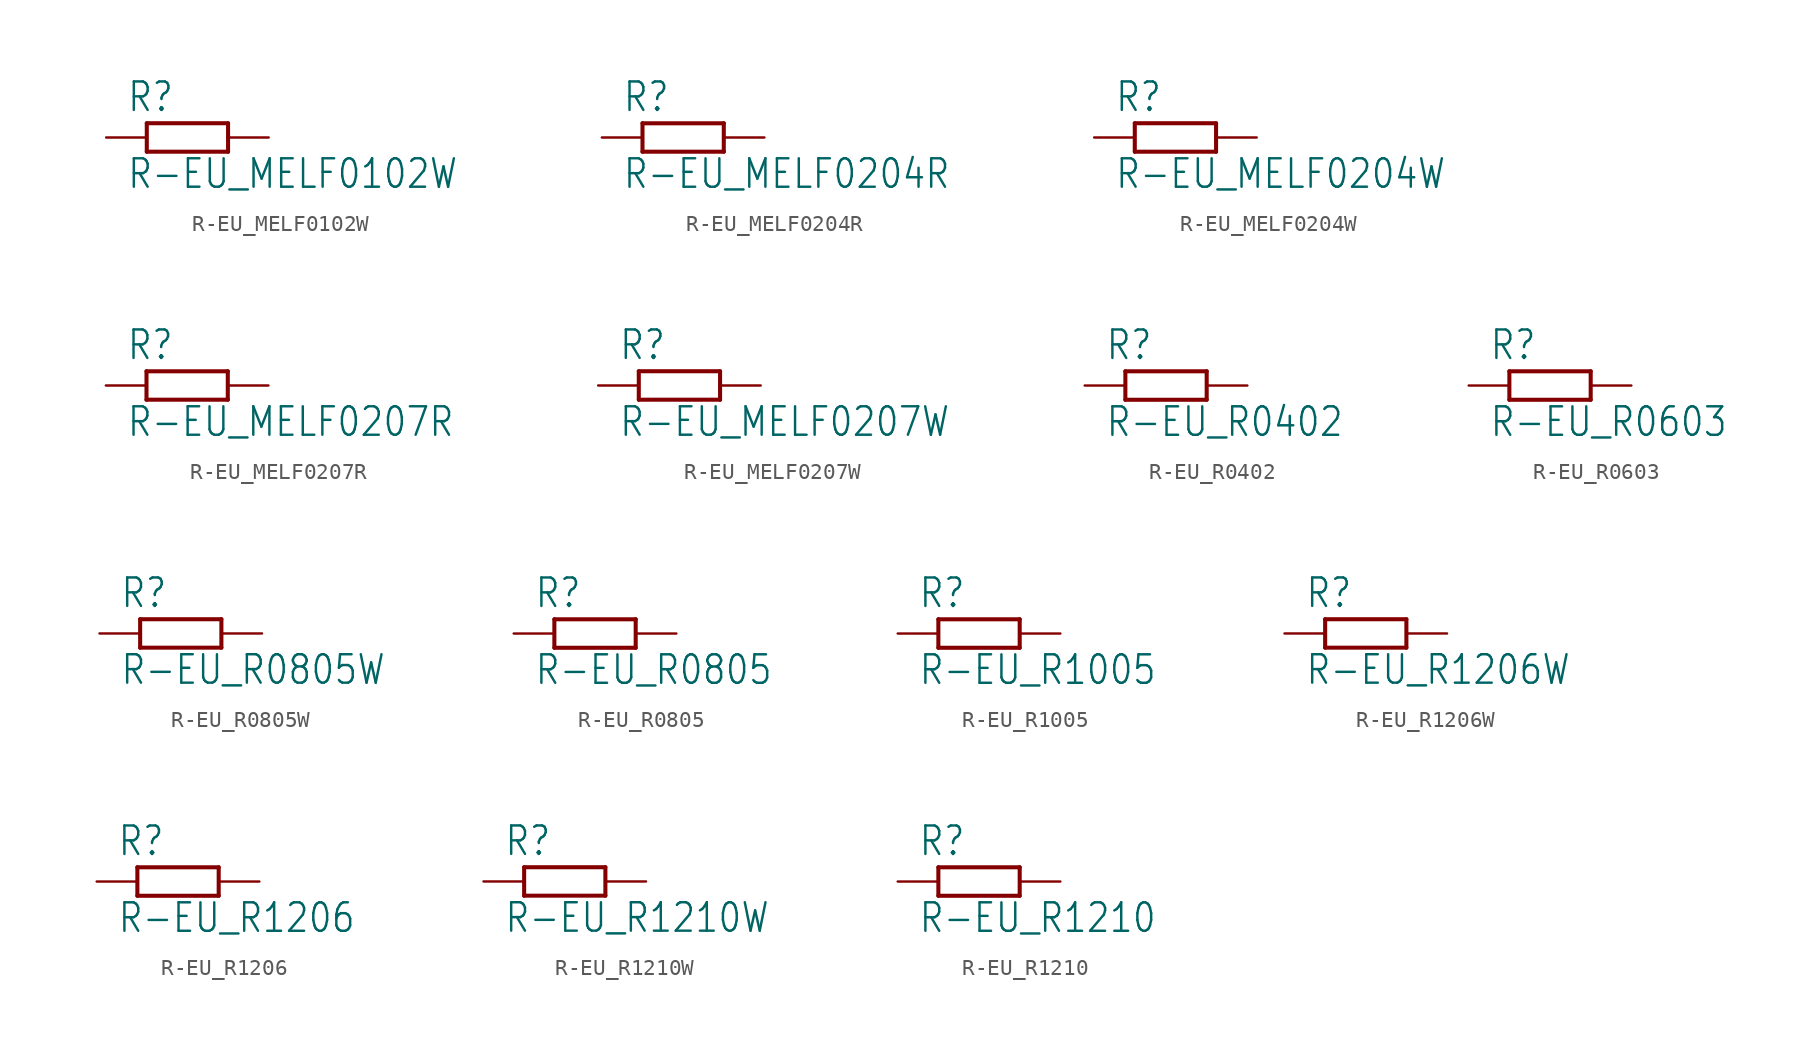
<source format=kicad_sym>
(kicad_symbol_lib
  (version 20220914)
  (generator kicad_symbol_editor)
  (symbol "R-EU_MELF0102W"
    (property "Reference" "R"
      (at -3.81 1.499 0)
      (effects (font (size 1.778 1.511)) (justify left bottom)))
    (property "Value" "R-EU_MELF0102W"
      (at -3.81 -3.302 0)
      (effects (font (size 1.778 1.511)) (justify left bottom)))
    (property "ki_locked" ""
      (at 0 0 0)
      (effects (font (size 1.27 1.27))))
    (symbol "R-EU_MELF0102W_1_0"
      (polyline (pts (xy -2.54 -0.889) (xy -2.54 0.889)) (stroke (width 0.254) (type default)) (fill (type none)))
      (polyline (pts (xy -2.54 -0.889) (xy 2.54 -0.889)) (stroke (width 0.254) (type default)) (fill (type none)))
      (polyline (pts (xy 2.54 -0.889) (xy 2.54 0.889)) (stroke (width 0.254) (type default)) (fill (type none)))
      (polyline (pts (xy 2.54 0.889) (xy -2.54 0.889)) (stroke (width 0.254) (type default)) (fill (type none)))
      (pin passive line (at -5.08 0 0) (length 2.54) (name "1" (effects (font (size 0 0)))) (number "1" (effects (font (size 0 0)))))
      (pin passive line (at 5.08 0 180) (length 2.54) (name "2" (effects (font (size 0 0)))) (number "2" (effects (font (size 0 0)))))))
  (symbol "R-EU_MELF0204R"
    (property "Reference" "R"
      (at -3.81 1.499 0)
      (effects (font (size 1.778 1.511)) (justify left bottom)))
    (property "Value" "R-EU_MELF0204R"
      (at -3.81 -3.302 0)
      (effects (font (size 1.778 1.511)) (justify left bottom)))
    (property "ki_locked" ""
      (at 0 0 0)
      (effects (font (size 1.27 1.27))))
    (symbol "R-EU_MELF0204R_1_0"
      (polyline (pts (xy -2.54 -0.889) (xy -2.54 0.889)) (stroke (width 0.254) (type default)) (fill (type none)))
      (polyline (pts (xy -2.54 -0.889) (xy 2.54 -0.889)) (stroke (width 0.254) (type default)) (fill (type none)))
      (polyline (pts (xy 2.54 -0.889) (xy 2.54 0.889)) (stroke (width 0.254) (type default)) (fill (type none)))
      (polyline (pts (xy 2.54 0.889) (xy -2.54 0.889)) (stroke (width 0.254) (type default)) (fill (type none)))
      (pin passive line (at -5.08 0 0) (length 2.54) (name "1" (effects (font (size 0 0)))) (number "1" (effects (font (size 0 0)))))
      (pin passive line (at 5.08 0 180) (length 2.54) (name "2" (effects (font (size 0 0)))) (number "2" (effects (font (size 0 0)))))))
  (symbol "R-EU_MELF0204W"
    (property "Reference" "R"
      (at -3.81 1.499 0)
      (effects (font (size 1.778 1.511)) (justify left bottom)))
    (property "Value" "R-EU_MELF0204W"
      (at -3.81 -3.302 0)
      (effects (font (size 1.778 1.511)) (justify left bottom)))
    (property "ki_locked" ""
      (at 0 0 0)
      (effects (font (size 1.27 1.27))))
    (symbol "R-EU_MELF0204W_1_0"
      (polyline (pts (xy -2.54 -0.889) (xy -2.54 0.889)) (stroke (width 0.254) (type default)) (fill (type none)))
      (polyline (pts (xy -2.54 -0.889) (xy 2.54 -0.889)) (stroke (width 0.254) (type default)) (fill (type none)))
      (polyline (pts (xy 2.54 -0.889) (xy 2.54 0.889)) (stroke (width 0.254) (type default)) (fill (type none)))
      (polyline (pts (xy 2.54 0.889) (xy -2.54 0.889)) (stroke (width 0.254) (type default)) (fill (type none)))
      (pin passive line (at -5.08 0 0) (length 2.54) (name "1" (effects (font (size 0 0)))) (number "1" (effects (font (size 0 0)))))
      (pin passive line (at 5.08 0 180) (length 2.54) (name "2" (effects (font (size 0 0)))) (number "2" (effects (font (size 0 0)))))))
  (symbol "R-EU_MELF0207R"
    (property "Reference" "R"
      (at -3.81 1.499 0)
      (effects (font (size 1.778 1.511)) (justify left bottom)))
    (property "Value" "R-EU_MELF0207R"
      (at -3.81 -3.302 0)
      (effects (font (size 1.778 1.511)) (justify left bottom)))
    (property "ki_locked" ""
      (at 0 0 0)
      (effects (font (size 1.27 1.27))))
    (symbol "R-EU_MELF0207R_1_0"
      (polyline (pts (xy -2.54 -0.889) (xy -2.54 0.889)) (stroke (width 0.254) (type default)) (fill (type none)))
      (polyline (pts (xy -2.54 -0.889) (xy 2.54 -0.889)) (stroke (width 0.254) (type default)) (fill (type none)))
      (polyline (pts (xy 2.54 -0.889) (xy 2.54 0.889)) (stroke (width 0.254) (type default)) (fill (type none)))
      (polyline (pts (xy 2.54 0.889) (xy -2.54 0.889)) (stroke (width 0.254) (type default)) (fill (type none)))
      (pin passive line (at -5.08 0 0) (length 2.54) (name "1" (effects (font (size 0 0)))) (number "1" (effects (font (size 0 0)))))
      (pin passive line (at 5.08 0 180) (length 2.54) (name "2" (effects (font (size 0 0)))) (number "2" (effects (font (size 0 0)))))))
  (symbol "R-EU_MELF0207W"
    (property "Reference" "R"
      (at -3.81 1.499 0)
      (effects (font (size 1.778 1.511)) (justify left bottom)))
    (property "Value" "R-EU_MELF0207W"
      (at -3.81 -3.302 0)
      (effects (font (size 1.778 1.511)) (justify left bottom)))
    (property "ki_locked" ""
      (at 0 0 0)
      (effects (font (size 1.27 1.27))))
    (symbol "R-EU_MELF0207W_1_0"
      (polyline (pts (xy -2.54 -0.889) (xy -2.54 0.889)) (stroke (width 0.254) (type default)) (fill (type none)))
      (polyline (pts (xy -2.54 -0.889) (xy 2.54 -0.889)) (stroke (width 0.254) (type default)) (fill (type none)))
      (polyline (pts (xy 2.54 -0.889) (xy 2.54 0.889)) (stroke (width 0.254) (type default)) (fill (type none)))
      (polyline (pts (xy 2.54 0.889) (xy -2.54 0.889)) (stroke (width 0.254) (type default)) (fill (type none)))
      (pin passive line (at -5.08 0 0) (length 2.54) (name "1" (effects (font (size 0 0)))) (number "1" (effects (font (size 0 0)))))
      (pin passive line (at 5.08 0 180) (length 2.54) (name "2" (effects (font (size 0 0)))) (number "2" (effects (font (size 0 0)))))))
  (symbol "R-EU_R0402"
    (property "Reference" "R"
      (at -3.81 1.499 0)
      (effects (font (size 1.778 1.511)) (justify left bottom)))
    (property "Value" "R-EU_R0402"
      (at -3.81 -3.302 0)
      (effects (font (size 1.778 1.511)) (justify left bottom)))
    (property "ki_locked" ""
      (at 0 0 0)
      (effects (font (size 1.27 1.27))))
    (symbol "R-EU_R0402_1_0"
      (polyline (pts (xy -2.54 -0.889) (xy -2.54 0.889)) (stroke (width 0.254) (type default)) (fill (type none)))
      (polyline (pts (xy -2.54 -0.889) (xy 2.54 -0.889)) (stroke (width 0.254) (type default)) (fill (type none)))
      (polyline (pts (xy 2.54 -0.889) (xy 2.54 0.889)) (stroke (width 0.254) (type default)) (fill (type none)))
      (polyline (pts (xy 2.54 0.889) (xy -2.54 0.889)) (stroke (width 0.254) (type default)) (fill (type none)))
      (pin passive line (at -5.08 0 0) (length 2.54) (name "1" (effects (font (size 0 0)))) (number "1" (effects (font (size 0 0)))))
      (pin passive line (at 5.08 0 180) (length 2.54) (name "2" (effects (font (size 0 0)))) (number "2" (effects (font (size 0 0)))))))
  (symbol "R-EU_R0603"
    (property "Reference" "R"
      (at -3.81 1.499 0)
      (effects (font (size 1.778 1.511)) (justify left bottom)))
    (property "Value" "R-EU_R0603"
      (at -3.81 -3.302 0)
      (effects (font (size 1.778 1.511)) (justify left bottom)))
    (property "ki_locked" ""
      (at 0 0 0)
      (effects (font (size 1.27 1.27))))
    (symbol "R-EU_R0603_1_0"
      (polyline (pts (xy -2.54 -0.889) (xy -2.54 0.889)) (stroke (width 0.254) (type default)) (fill (type none)))
      (polyline (pts (xy -2.54 -0.889) (xy 2.54 -0.889)) (stroke (width 0.254) (type default)) (fill (type none)))
      (polyline (pts (xy 2.54 -0.889) (xy 2.54 0.889)) (stroke (width 0.254) (type default)) (fill (type none)))
      (polyline (pts (xy 2.54 0.889) (xy -2.54 0.889)) (stroke (width 0.254) (type default)) (fill (type none)))
      (pin passive line (at -5.08 0 0) (length 2.54) (name "1" (effects (font (size 0 0)))) (number "1" (effects (font (size 0 0)))))
      (pin passive line (at 5.08 0 180) (length 2.54) (name "2" (effects (font (size 0 0)))) (number "2" (effects (font (size 0 0)))))))
  (symbol "R-EU_R0805W"
    (property "Reference" "R"
      (at -3.81 1.499 0)
      (effects (font (size 1.778 1.511)) (justify left bottom)))
    (property "Value" "R-EU_R0805W"
      (at -3.81 -3.302 0)
      (effects (font (size 1.778 1.511)) (justify left bottom)))
    (property "ki_locked" ""
      (at 0 0 0)
      (effects (font (size 1.27 1.27))))
    (symbol "R-EU_R0805W_1_0"
      (polyline (pts (xy -2.54 -0.889) (xy -2.54 0.889)) (stroke (width 0.254) (type default)) (fill (type none)))
      (polyline (pts (xy -2.54 -0.889) (xy 2.54 -0.889)) (stroke (width 0.254) (type default)) (fill (type none)))
      (polyline (pts (xy 2.54 -0.889) (xy 2.54 0.889)) (stroke (width 0.254) (type default)) (fill (type none)))
      (polyline (pts (xy 2.54 0.889) (xy -2.54 0.889)) (stroke (width 0.254) (type default)) (fill (type none)))
      (pin passive line (at -5.08 0 0) (length 2.54) (name "1" (effects (font (size 0 0)))) (number "1" (effects (font (size 0 0)))))
      (pin passive line (at 5.08 0 180) (length 2.54) (name "2" (effects (font (size 0 0)))) (number "2" (effects (font (size 0 0)))))))
  (symbol "R-EU_R0805"
    (property "Reference" "R"
      (at -3.81 1.499 0)
      (effects (font (size 1.778 1.511)) (justify left bottom)))
    (property "Value" "R-EU_R0805"
      (at -3.81 -3.302 0)
      (effects (font (size 1.778 1.511)) (justify left bottom)))
    (property "ki_locked" ""
      (at 0 0 0)
      (effects (font (size 1.27 1.27))))
    (symbol "R-EU_R0805_1_0"
      (polyline (pts (xy -2.54 -0.889) (xy -2.54 0.889)) (stroke (width 0.254) (type default)) (fill (type none)))
      (polyline (pts (xy -2.54 -0.889) (xy 2.54 -0.889)) (stroke (width 0.254) (type default)) (fill (type none)))
      (polyline (pts (xy 2.54 -0.889) (xy 2.54 0.889)) (stroke (width 0.254) (type default)) (fill (type none)))
      (polyline (pts (xy 2.54 0.889) (xy -2.54 0.889)) (stroke (width 0.254) (type default)) (fill (type none)))
      (pin passive line (at -5.08 0 0) (length 2.54) (name "1" (effects (font (size 0 0)))) (number "1" (effects (font (size 0 0)))))
      (pin passive line (at 5.08 0 180) (length 2.54) (name "2" (effects (font (size 0 0)))) (number "2" (effects (font (size 0 0)))))))
  (symbol "R-EU_R1005"
    (property "Reference" "R"
      (at -3.81 1.499 0)
      (effects (font (size 1.778 1.511)) (justify left bottom)))
    (property "Value" "R-EU_R1005"
      (at -3.81 -3.302 0)
      (effects (font (size 1.778 1.511)) (justify left bottom)))
    (property "ki_locked" ""
      (at 0 0 0)
      (effects (font (size 1.27 1.27))))
    (symbol "R-EU_R1005_1_0"
      (polyline (pts (xy -2.54 -0.889) (xy -2.54 0.889)) (stroke (width 0.254) (type default)) (fill (type none)))
      (polyline (pts (xy -2.54 -0.889) (xy 2.54 -0.889)) (stroke (width 0.254) (type default)) (fill (type none)))
      (polyline (pts (xy 2.54 -0.889) (xy 2.54 0.889)) (stroke (width 0.254) (type default)) (fill (type none)))
      (polyline (pts (xy 2.54 0.889) (xy -2.54 0.889)) (stroke (width 0.254) (type default)) (fill (type none)))
      (pin passive line (at -5.08 0 0) (length 2.54) (name "1" (effects (font (size 0 0)))) (number "1" (effects (font (size 0 0)))))
      (pin passive line (at 5.08 0 180) (length 2.54) (name "2" (effects (font (size 0 0)))) (number "2" (effects (font (size 0 0)))))))
  (symbol "R-EU_R1206W"
    (property "Reference" "R"
      (at -3.81 1.499 0)
      (effects (font (size 1.778 1.511)) (justify left bottom)))
    (property "Value" "R-EU_R1206W"
      (at -3.81 -3.302 0)
      (effects (font (size 1.778 1.511)) (justify left bottom)))
    (property "ki_locked" ""
      (at 0 0 0)
      (effects (font (size 1.27 1.27))))
    (symbol "R-EU_R1206W_1_0"
      (polyline (pts (xy -2.54 -0.889) (xy -2.54 0.889)) (stroke (width 0.254) (type default)) (fill (type none)))
      (polyline (pts (xy -2.54 -0.889) (xy 2.54 -0.889)) (stroke (width 0.254) (type default)) (fill (type none)))
      (polyline (pts (xy 2.54 -0.889) (xy 2.54 0.889)) (stroke (width 0.254) (type default)) (fill (type none)))
      (polyline (pts (xy 2.54 0.889) (xy -2.54 0.889)) (stroke (width 0.254) (type default)) (fill (type none)))
      (pin passive line (at -5.08 0 0) (length 2.54) (name "1" (effects (font (size 0 0)))) (number "1" (effects (font (size 0 0)))))
      (pin passive line (at 5.08 0 180) (length 2.54) (name "2" (effects (font (size 0 0)))) (number "2" (effects (font (size 0 0)))))))
  (symbol "R-EU_R1206"
    (property "Reference" "R"
      (at -3.81 1.499 0)
      (effects (font (size 1.778 1.511)) (justify left bottom)))
    (property "Value" "R-EU_R1206"
      (at -3.81 -3.302 0)
      (effects (font (size 1.778 1.511)) (justify left bottom)))
    (property "ki_locked" ""
      (at 0 0 0)
      (effects (font (size 1.27 1.27))))
    (symbol "R-EU_R1206_1_0"
      (polyline (pts (xy -2.54 -0.889) (xy -2.54 0.889)) (stroke (width 0.254) (type default)) (fill (type none)))
      (polyline (pts (xy -2.54 -0.889) (xy 2.54 -0.889)) (stroke (width 0.254) (type default)) (fill (type none)))
      (polyline (pts (xy 2.54 -0.889) (xy 2.54 0.889)) (stroke (width 0.254) (type default)) (fill (type none)))
      (polyline (pts (xy 2.54 0.889) (xy -2.54 0.889)) (stroke (width 0.254) (type default)) (fill (type none)))
      (pin passive line (at -5.08 0 0) (length 2.54) (name "1" (effects (font (size 0 0)))) (number "1" (effects (font (size 0 0)))))
      (pin passive line (at 5.08 0 180) (length 2.54) (name "2" (effects (font (size 0 0)))) (number "2" (effects (font (size 0 0)))))))
  (symbol "R-EU_R1210W"
    (property "Reference" "R"
      (at -3.81 1.499 0)
      (effects (font (size 1.778 1.511)) (justify left bottom)))
    (property "Value" "R-EU_R1210W"
      (at -3.81 -3.302 0)
      (effects (font (size 1.778 1.511)) (justify left bottom)))
    (property "ki_locked" ""
      (at 0 0 0)
      (effects (font (size 1.27 1.27))))
    (symbol "R-EU_R1210W_1_0"
      (polyline (pts (xy -2.54 -0.889) (xy -2.54 0.889)) (stroke (width 0.254) (type default)) (fill (type none)))
      (polyline (pts (xy -2.54 -0.889) (xy 2.54 -0.889)) (stroke (width 0.254) (type default)) (fill (type none)))
      (polyline (pts (xy 2.54 -0.889) (xy 2.54 0.889)) (stroke (width 0.254) (type default)) (fill (type none)))
      (polyline (pts (xy 2.54 0.889) (xy -2.54 0.889)) (stroke (width 0.254) (type default)) (fill (type none)))
      (pin passive line (at -5.08 0 0) (length 2.54) (name "1" (effects (font (size 0 0)))) (number "1" (effects (font (size 0 0)))))
      (pin passive line (at 5.08 0 180) (length 2.54) (name "2" (effects (font (size 0 0)))) (number "2" (effects (font (size 0 0)))))))
  (symbol "R-EU_R1210"
    (property "Reference" "R"
      (at -3.81 1.499 0)
      (effects (font (size 1.778 1.511)) (justify left bottom)))
    (property "Value" "R-EU_R1210"
      (at -3.81 -3.302 0)
      (effects (font (size 1.778 1.511)) (justify left bottom)))
    (property "ki_locked" ""
      (at 0 0 0)
      (effects (font (size 1.27 1.27))))
    (symbol "R-EU_R1210_1_0"
      (polyline (pts (xy -2.54 -0.889) (xy -2.54 0.889)) (stroke (width 0.254) (type default)) (fill (type none)))
      (polyline (pts (xy -2.54 -0.889) (xy 2.54 -0.889)) (stroke (width 0.254) (type default)) (fill (type none)))
      (polyline (pts (xy 2.54 -0.889) (xy 2.54 0.889)) (stroke (width 0.254) (type default)) (fill (type none)))
      (polyline (pts (xy 2.54 0.889) (xy -2.54 0.889)) (stroke (width 0.254) (type default)) (fill (type none)))
      (pin passive line (at -5.08 0 0) (length 2.54) (name "1" (effects (font (size 0 0)))) (number "1" (effects (font (size 0 0)))))
      (pin passive line (at 5.08 0 180) (length 2.54) (name "2" (effects (font (size 0 0)))) (number "2" (effects (font (size 0 0))))))))
</source>
